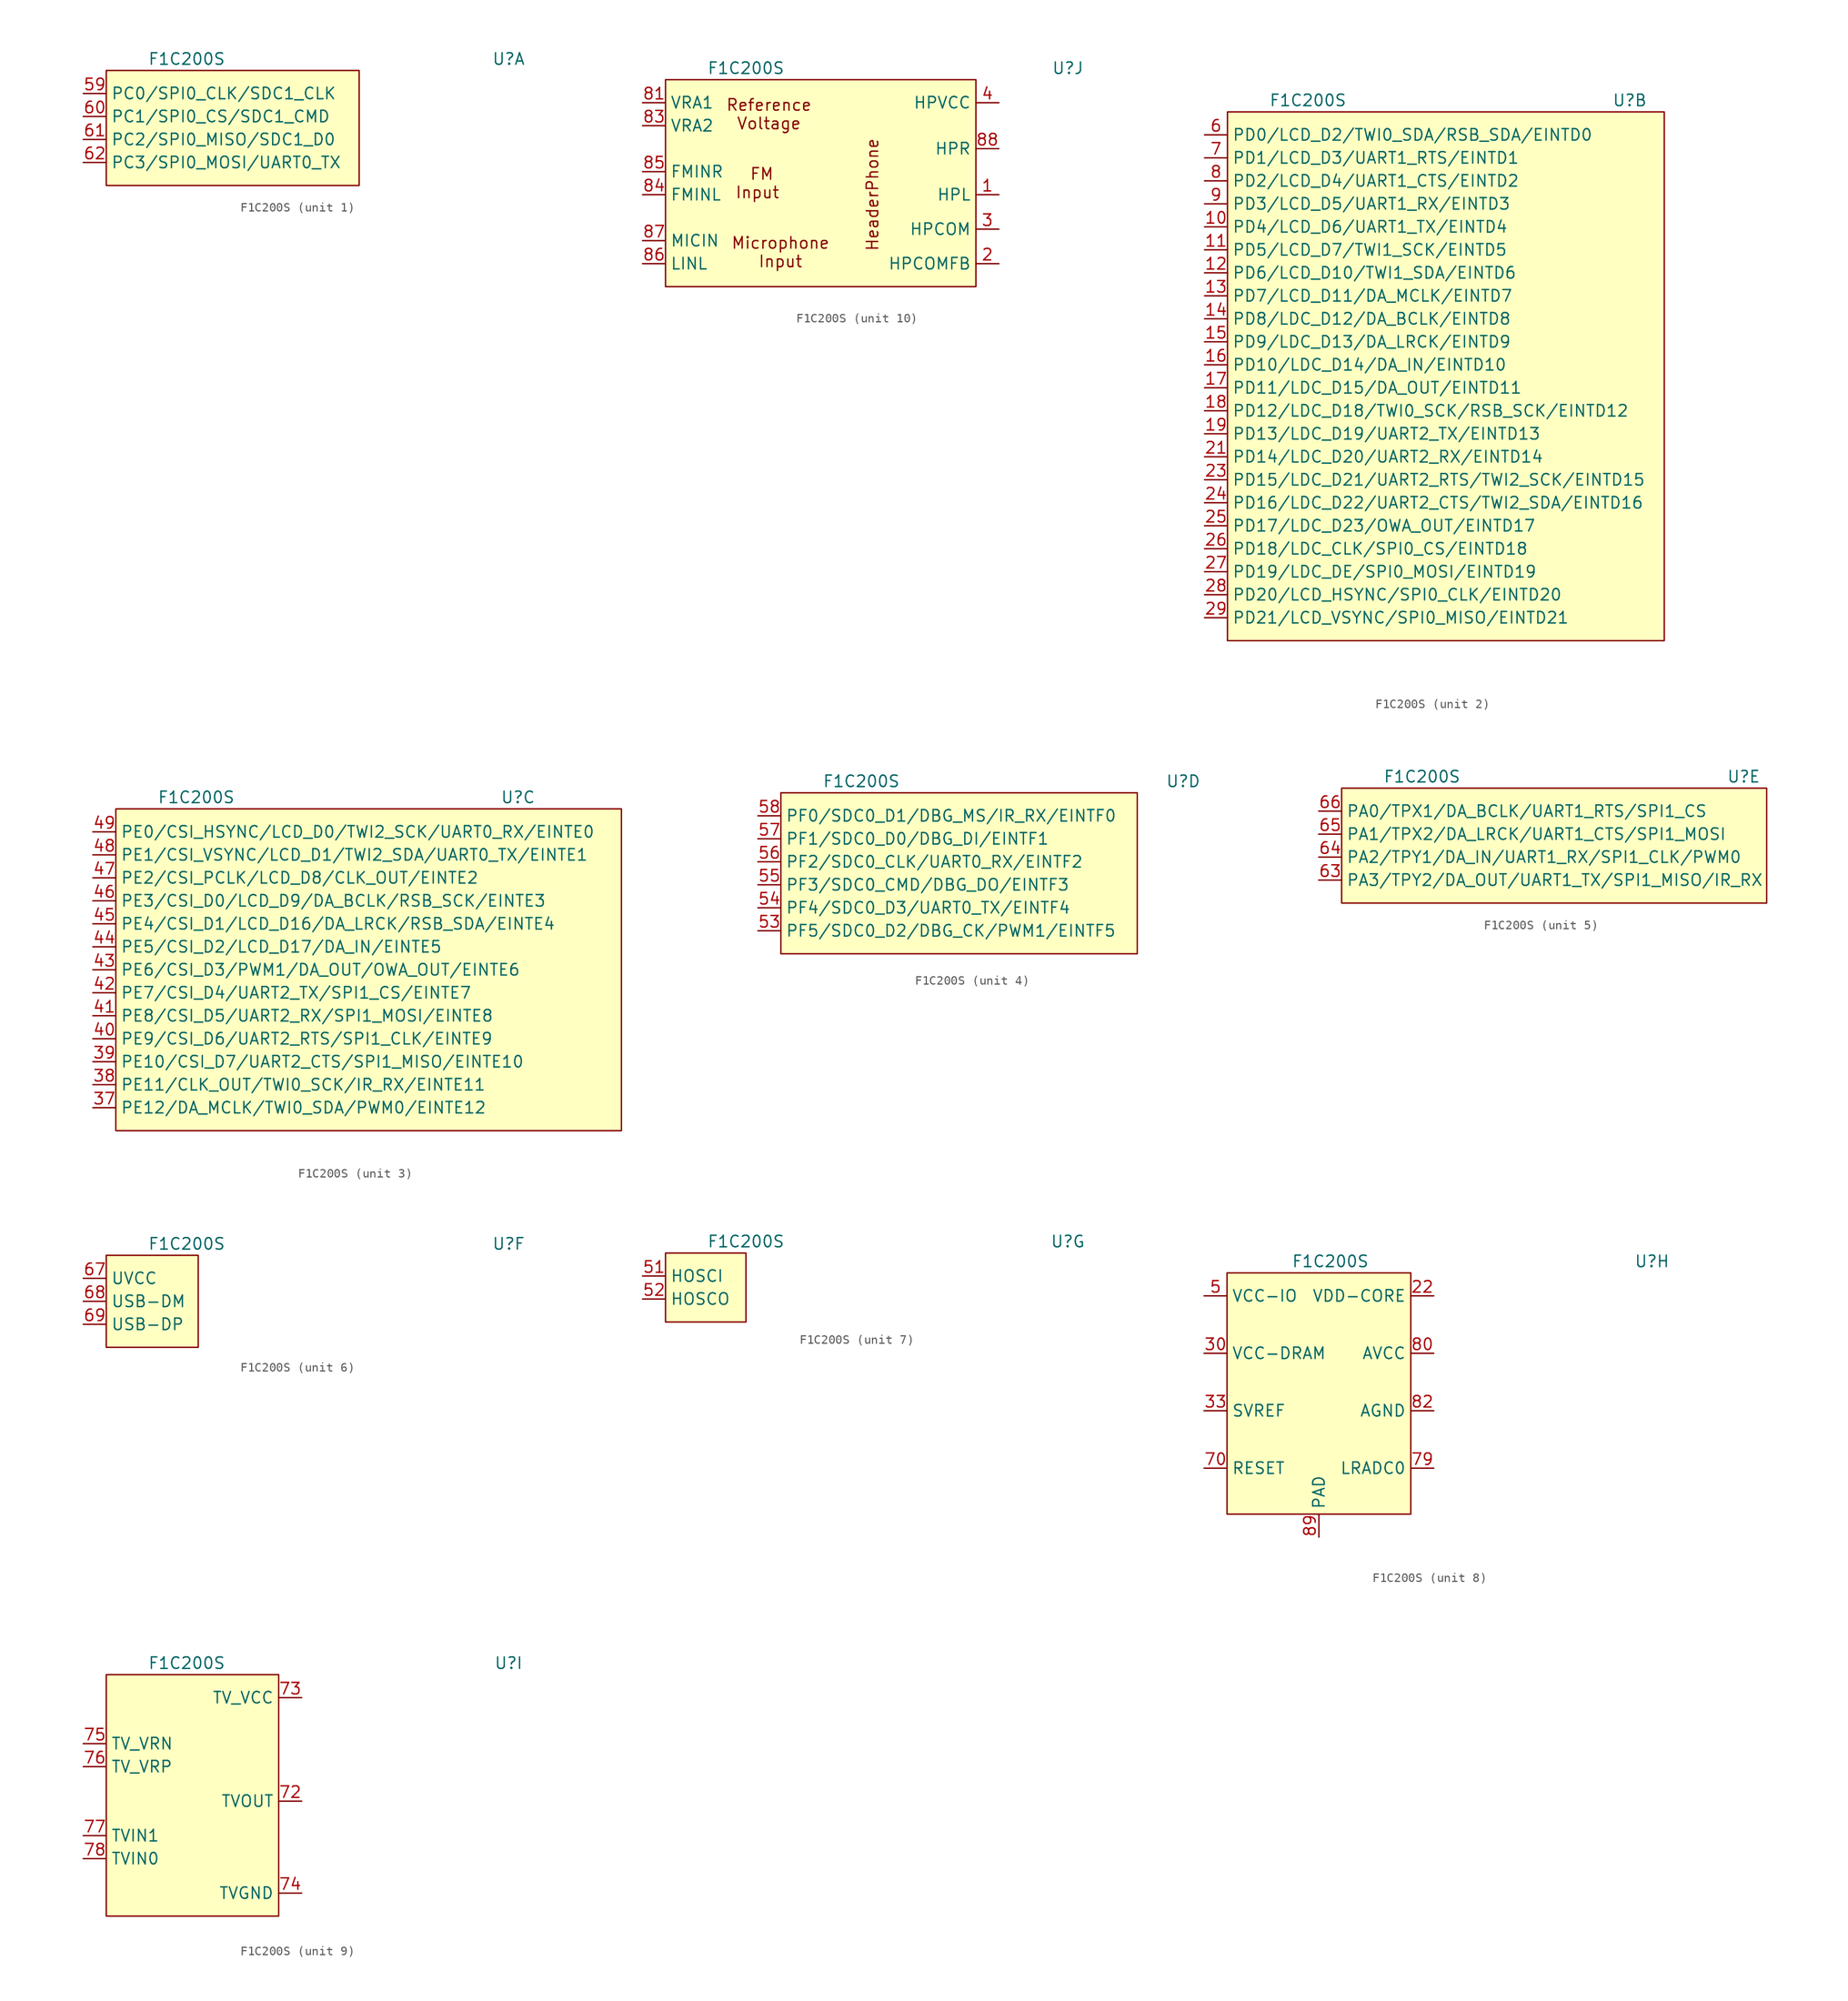
<source format=kicad_sym>
(kicad_symbol_lib
  (version 20220914)
  (generator kicad_symbol_editor)
  (symbol "F1C200S"
    (property "Reference" "U"
      (at 46.99 3.81 0)
      (effects (font (size 1.27 1.27))))
    (property "Value" "F1C200S"
      (at 11.43 3.81 0)
      (effects (font (size 1.27 1.27))))
    (symbol "F1C200S_1_0"
      (pin bidirectional line (at 0 0 0) (length 2.54) (name "PC0/SPI0_CLK/SDC1_CLK" (effects (font (size 1.27 1.27)))) (number "59" (effects (font (size 1.27 1.27)))))
      (pin bidirectional line (at 0 -2.54 0) (length 2.54) (name "PC1/SPI0_CS/SDC1_CMD" (effects (font (size 1.27 1.27)))) (number "60" (effects (font (size 1.27 1.27)))))
      (pin bidirectional line (at 0 -5.08 0) (length 2.54) (name "PC2/SPI0_MISO/SDC1_D0" (effects (font (size 1.27 1.27)))) (number "61" (effects (font (size 1.27 1.27)))))
      (pin bidirectional line (at 0 -7.62 0) (length 2.54) (name "PC3/SPI0_MOSI/UART0_TX" (effects (font (size 1.27 1.27)))) (number "62" (effects (font (size 1.27 1.27))))))
    (symbol "F1C200S_1_1"
      (rectangle (start 2.54 2.54) (end 30.48 -10.16) (stroke (width 0) (type default)) (fill (type background))))
    (symbol "F1C200S_2_0"
      (pin bidirectional line (at 0 -10.16 0) (length 2.54) (name "PD4/LCD_D6/UART1_TX/EINTD4" (effects (font (size 1.27 1.27)))) (number "10" (effects (font (size 1.27 1.27)))))
      (pin bidirectional line (at 0 -12.7 0) (length 2.54) (name "PD5/LCD_D7/TWI1_SCK/EINTD5" (effects (font (size 1.27 1.27)))) (number "11" (effects (font (size 1.27 1.27)))))
      (pin bidirectional line (at 0 -15.24 0) (length 2.54) (name "PD6/LCD_D10/TWI1_SDA/EINTD6" (effects (font (size 1.27 1.27)))) (number "12" (effects (font (size 1.27 1.27)))))
      (pin bidirectional line (at 0 -17.78 0) (length 2.54) (name "PD7/LCD_D11/DA_MCLK/EINTD7" (effects (font (size 1.27 1.27)))) (number "13" (effects (font (size 1.27 1.27)))))
      (pin bidirectional line (at 0 -20.32 0) (length 2.54) (name "PD8/LDC_D12/DA_BCLK/EINTD8" (effects (font (size 1.27 1.27)))) (number "14" (effects (font (size 1.27 1.27)))))
      (pin bidirectional line (at 0 -22.86 0) (length 2.54) (name "PD9/LDC_D13/DA_LRCK/EINTD9" (effects (font (size 1.27 1.27)))) (number "15" (effects (font (size 1.27 1.27)))))
      (pin bidirectional line (at 0 -25.4 0) (length 2.54) (name "PD10/LDC_D14/DA_IN/EINTD10" (effects (font (size 1.27 1.27)))) (number "16" (effects (font (size 1.27 1.27)))))
      (pin bidirectional line (at 0 -27.94 0) (length 2.54) (name "PD11/LDC_D15/DA_OUT/EINTD11" (effects (font (size 1.27 1.27)))) (number "17" (effects (font (size 1.27 1.27)))))
      (pin bidirectional line (at 0 -30.48 0) (length 2.54) (name "PD12/LDC_D18/TWI0_SCK/RSB_SCK/EINTD12" (effects (font (size 1.27 1.27)))) (number "18" (effects (font (size 1.27 1.27)))))
      (pin bidirectional line (at 0 -33.02 0) (length 2.54) (name "PD13/LDC_D19/UART2_TX/EINTD13" (effects (font (size 1.27 1.27)))) (number "19" (effects (font (size 1.27 1.27)))))
      (pin bidirectional line (at 0 -35.56 0) (length 2.54) (name "PD14/LDC_D20/UART2_RX/EINTD14" (effects (font (size 1.27 1.27)))) (number "21" (effects (font (size 1.27 1.27)))))
      (pin bidirectional line (at 0 -38.1 0) (length 2.54) (name "PD15/LDC_D21/UART2_RTS/TWI2_SCK/EINTD15" (effects (font (size 1.27 1.27)))) (number "23" (effects (font (size 1.27 1.27)))))
      (pin bidirectional line (at 0 -40.64 0) (length 2.54) (name "PD16/LDC_D22/UART2_CTS/TWI2_SDA/EINTD16" (effects (font (size 1.27 1.27)))) (number "24" (effects (font (size 1.27 1.27)))))
      (pin bidirectional line (at 0 -43.18 0) (length 2.54) (name "PD17/LDC_D23/OWA_OUT/EINTD17" (effects (font (size 1.27 1.27)))) (number "25" (effects (font (size 1.27 1.27)))))
      (pin bidirectional line (at 0 -45.72 0) (length 2.54) (name "PD18/LDC_CLK/SPI0_CS/EINTD18" (effects (font (size 1.27 1.27)))) (number "26" (effects (font (size 1.27 1.27)))))
      (pin bidirectional line (at 0 -48.26 0) (length 2.54) (name "PD19/LDC_DE/SPI0_MOSI/EINTD19" (effects (font (size 1.27 1.27)))) (number "27" (effects (font (size 1.27 1.27)))))
      (pin bidirectional line (at 0 -50.8 0) (length 2.54) (name "PD20/LCD_HSYNC/SPI0_CLK/EINTD20" (effects (font (size 1.27 1.27)))) (number "28" (effects (font (size 1.27 1.27)))))
      (pin bidirectional line (at 0 -53.34 0) (length 2.54) (name "PD21/LCD_VSYNC/SPI0_MISO/EINTD21" (effects (font (size 1.27 1.27)))) (number "29" (effects (font (size 1.27 1.27)))))
      (pin bidirectional line (at 0 0 0) (length 2.54) (name "PD0/LCD_D2/TWI0_SDA/RSB_SDA/EINTD0" (effects (font (size 1.27 1.27)))) (number "6" (effects (font (size 1.27 1.27)))))
      (pin bidirectional line (at 0 -2.54 0) (length 2.54) (name "PD1/LCD_D3/UART1_RTS/EINTD1" (effects (font (size 1.27 1.27)))) (number "7" (effects (font (size 1.27 1.27)))))
      (pin bidirectional line (at 0 -5.08 0) (length 2.54) (name "PD2/LCD_D4/UART1_CTS/EINTD2" (effects (font (size 1.27 1.27)))) (number "8" (effects (font (size 1.27 1.27)))))
      (pin bidirectional line (at 0 -7.62 0) (length 2.54) (name "PD3/LCD_D5/UART1_RX/EINTD3" (effects (font (size 1.27 1.27)))) (number "9" (effects (font (size 1.27 1.27))))))
    (symbol "F1C200S_2_1"
      (rectangle (start 2.54 2.54) (end 50.8 -55.88) (stroke (width 0) (type default)) (fill (type background))))
    (symbol "F1C200S_3_0"
      (pin bidirectional line (at 0 -30.48 0) (length 2.54) (name "PE12/DA_MCLK/TWI0_SDA/PWM0/EINTE12" (effects (font (size 1.27 1.27)))) (number "37" (effects (font (size 1.27 1.27)))))
      (pin bidirectional line (at 0 -27.94 0) (length 2.54) (name "PE11/CLK_OUT/TWI0_SCK/IR_RX/EINTE11" (effects (font (size 1.27 1.27)))) (number "38" (effects (font (size 1.27 1.27)))))
      (pin bidirectional line (at 0 -25.4 0) (length 2.54) (name "PE10/CSI_D7/UART2_CTS/SPI1_MISO/EINTE10" (effects (font (size 1.27 1.27)))) (number "39" (effects (font (size 1.27 1.27)))))
      (pin bidirectional line (at 0 -22.86 0) (length 2.54) (name "PE9/CSI_D6/UART2_RTS/SPI1_CLK/EINTE9" (effects (font (size 1.27 1.27)))) (number "40" (effects (font (size 1.27 1.27)))))
      (pin bidirectional line (at 0 -20.32 0) (length 2.54) (name "PE8/CSI_D5/UART2_RX/SPI1_MOSI/EINTE8" (effects (font (size 1.27 1.27)))) (number "41" (effects (font (size 1.27 1.27)))))
      (pin bidirectional line (at 0 -17.78 0) (length 2.54) (name "PE7/CSI_D4/UART2_TX/SPI1_CS/EINTE7" (effects (font (size 1.27 1.27)))) (number "42" (effects (font (size 1.27 1.27)))))
      (pin bidirectional line (at 0 -15.24 0) (length 2.54) (name "PE6/CSI_D3/PWM1/DA_OUT/OWA_OUT/EINTE6" (effects (font (size 1.27 1.27)))) (number "43" (effects (font (size 1.27 1.27)))))
      (pin bidirectional line (at 0 -12.7 0) (length 2.54) (name "PE5/CSI_D2/LCD_D17/DA_IN/EINTE5" (effects (font (size 1.27 1.27)))) (number "44" (effects (font (size 1.27 1.27)))))
      (pin bidirectional line (at 0 -10.16 0) (length 2.54) (name "PE4/CSI_D1/LCD_D16/DA_LRCK/RSB_SDA/EINTE4" (effects (font (size 1.27 1.27)))) (number "45" (effects (font (size 1.27 1.27)))))
      (pin bidirectional line (at 0 -7.62 0) (length 2.54) (name "PE3/CSI_D0/LCD_D9/DA_BCLK/RSB_SCK/EINTE3" (effects (font (size 1.27 1.27)))) (number "46" (effects (font (size 1.27 1.27)))))
      (pin bidirectional line (at 0 -5.08 0) (length 2.54) (name "PE2/CSI_PCLK/LCD_D8/CLK_OUT/EINTE2" (effects (font (size 1.27 1.27)))) (number "47" (effects (font (size 1.27 1.27)))))
      (pin bidirectional line (at 0 -2.54 0) (length 2.54) (name "PE1/CSI_VSYNC/LCD_D1/TWI2_SDA/UART0_TX/EINTE1" (effects (font (size 1.27 1.27)))) (number "48" (effects (font (size 1.27 1.27)))))
      (pin bidirectional line (at 0 0 0) (length 2.54) (name "PE0/CSI_HSYNC/LCD_D0/TWI2_SCK/UART0_RX/EINTE0" (effects (font (size 1.27 1.27)))) (number "49" (effects (font (size 1.27 1.27))))))
    (symbol "F1C200S_3_1"
      (rectangle (start 2.54 2.54) (end 58.42 -33.02) (stroke (width 0) (type default)) (fill (type background))))
    (symbol "F1C200S_4_0"
      (pin bidirectional line (at 0 -12.7 0) (length 2.54) (name "PF5/SDC0_D2/DBG_CK/PWM1/EINTF5" (effects (font (size 1.27 1.27)))) (number "53" (effects (font (size 1.27 1.27)))))
      (pin bidirectional line (at 0 -10.16 0) (length 2.54) (name "PF4/SDC0_D3/UART0_TX/EINTF4" (effects (font (size 1.27 1.27)))) (number "54" (effects (font (size 1.27 1.27)))))
      (pin bidirectional line (at 0 -7.62 0) (length 2.54) (name "PF3/SDC0_CMD/DBG_DO/EINTF3" (effects (font (size 1.27 1.27)))) (number "55" (effects (font (size 1.27 1.27)))))
      (pin bidirectional line (at 0 -5.08 0) (length 2.54) (name "PF2/SDC0_CLK/UART0_RX/EINTF2" (effects (font (size 1.27 1.27)))) (number "56" (effects (font (size 1.27 1.27)))))
      (pin bidirectional line (at 0 -2.54 0) (length 2.54) (name "PF1/SDC0_D0/DBG_DI/EINTF1" (effects (font (size 1.27 1.27)))) (number "57" (effects (font (size 1.27 1.27)))))
      (pin bidirectional line (at 0 0 0) (length 2.54) (name "PF0/SDC0_D1/DBG_MS/IR_RX/EINTF0" (effects (font (size 1.27 1.27)))) (number "58" (effects (font (size 1.27 1.27))))))
    (symbol "F1C200S_4_1"
      (rectangle (start 2.54 2.54) (end 41.91 -15.24) (stroke (width 0) (type default)) (fill (type background))))
    (symbol "F1C200S_5_0"
      (pin bidirectional line (at 0 -7.62 0) (length 2.54) (name "PA3/TPY2/DA_OUT/UART1_TX/SPI1_MISO/IR_RX" (effects (font (size 1.27 1.27)))) (number "63" (effects (font (size 1.27 1.27)))))
      (pin bidirectional line (at 0 -5.08 0) (length 2.54) (name "PA2/TPY1/DA_IN/UART1_RX/SPI1_CLK/PWM0" (effects (font (size 1.27 1.27)))) (number "64" (effects (font (size 1.27 1.27)))))
      (pin bidirectional line (at 0 -2.54 0) (length 2.54) (name "PA1/TPX2/DA_LRCK/UART1_CTS/SPI1_MOSI" (effects (font (size 1.27 1.27)))) (number "65" (effects (font (size 1.27 1.27)))))
      (pin bidirectional line (at 0 0 0) (length 2.54) (name "PA0/TPX1/DA_BCLK/UART1_RTS/SPI1_CS" (effects (font (size 1.27 1.27)))) (number "66" (effects (font (size 1.27 1.27))))))
    (symbol "F1C200S_5_1"
      (rectangle (start 2.54 2.54) (end 49.53 -10.16) (stroke (width 0) (type default)) (fill (type background))))
    (symbol "F1C200S_6_0"
      (pin power_in line (at 0 0 0) (length 2.54) (name "UVCC" (effects (font (size 1.27 1.27)))) (number "67" (effects (font (size 1.27 1.27)))))
      (pin bidirectional line (at 0 -2.54 0) (length 2.54) (name "USB-DM" (effects (font (size 1.27 1.27)))) (number "68" (effects (font (size 1.27 1.27)))))
      (pin bidirectional line (at 0 -5.08 0) (length 2.54) (name "USB-DP" (effects (font (size 1.27 1.27)))) (number "69" (effects (font (size 1.27 1.27))))))
    (symbol "F1C200S_6_1"
      (rectangle (start 2.54 2.54) (end 12.7 -7.62) (stroke (width 0) (type default)) (fill (type background))))
    (symbol "F1C200S_7_0"
      (pin input line (at 0 0 0) (length 2.54) (name "HOSCI" (effects (font (size 1.27 1.27)))) (number "51" (effects (font (size 1.27 1.27)))))
      (pin output line (at 0 -2.54 0) (length 2.54) (name "HOSCO" (effects (font (size 1.27 1.27)))) (number "52" (effects (font (size 1.27 1.27))))))
    (symbol "F1C200S_7_1"
      (rectangle (start 2.54 2.54) (end 11.43 -5.08) (stroke (width 0) (type default)) (fill (type background))))
    (symbol "F1C200S_8_0"
      (pin power_in line (at -2.54 0 0) (length 2.54) hide (name "VCC-IO" (effects (font (size 1.27 1.27)))) (number "20" (effects (font (size 1.27 1.27)))))
      (pin power_in line (at 22.86 0 180) (length 2.54) (name "VDD-CORE" (effects (font (size 1.27 1.27)))) (number "22" (effects (font (size 1.27 1.27)))))
      (pin power_in line (at -2.54 -6.35 0) (length 2.54) (name "VCC-DRAM" (effects (font (size 1.27 1.27)))) (number "30" (effects (font (size 1.27 1.27)))))
      (pin power_in line (at -2.54 -6.35 0) (length 2.54) hide (name "VCC-DRAM" (effects (font (size 1.27 1.27)))) (number "31" (effects (font (size 1.27 1.27)))))
      (pin power_in line (at -2.54 -6.35 0) (length 2.54) hide (name "VCC-DRAM" (effects (font (size 1.27 1.27)))) (number "32" (effects (font (size 1.27 1.27)))))
      (pin input line (at -2.54 -12.7 0) (length 2.54) (name "SVREF" (effects (font (size 1.27 1.27)))) (number "33" (effects (font (size 1.27 1.27)))))
      (pin power_in line (at -2.54 -6.35 0) (length 2.54) hide (name "VCC-DRAM" (effects (font (size 1.27 1.27)))) (number "34" (effects (font (size 1.27 1.27)))))
      (pin power_in line (at 22.86 0 180) (length 2.54) hide (name "VDD-CORE" (effects (font (size 1.27 1.27)))) (number "35" (effects (font (size 1.27 1.27)))))
      (pin power_in line (at -2.54 -6.35 0) (length 2.54) hide (name "VCC-DRAM" (effects (font (size 1.27 1.27)))) (number "36" (effects (font (size 1.27 1.27)))))
      (pin power_in line (at -2.54 0 0) (length 2.54) (name "VCC-IO" (effects (font (size 1.27 1.27)))) (number "5" (effects (font (size 1.27 1.27)))))
      (pin power_in line (at -2.54 0 0) (length 2.54) hide (name "VCC-IO" (effects (font (size 1.27 1.27)))) (number "50" (effects (font (size 1.27 1.27)))))
      (pin input line (at -2.54 -19.05 0) (length 2.54) (name "RESET" (effects (font (size 1.27 1.27)))) (number "70" (effects (font (size 1.27 1.27)))))
      (pin power_in line (at 22.86 0 180) (length 2.54) hide (name "VDD-CORE" (effects (font (size 1.27 1.27)))) (number "71" (effects (font (size 1.27 1.27)))))
      (pin input line (at 22.86 -19.05 180) (length 2.54) (name "LRADC0" (effects (font (size 1.27 1.27)))) (number "79" (effects (font (size 1.27 1.27)))))
      (pin power_in line (at 22.86 -6.35 180) (length 2.54) (name "AVCC" (effects (font (size 1.27 1.27)))) (number "80" (effects (font (size 1.27 1.27)))))
      (pin power_in line (at 22.86 -12.7 180) (length 2.54) (name "AGND" (effects (font (size 1.27 1.27)))) (number "82" (effects (font (size 1.27 1.27)))))
      (pin power_in line (at 10.16 -26.67 90) (length 2.54) (name "PAD" (effects (font (size 1.27 1.27)))) (number "89" (effects (font (size 1.27 1.27))))))
    (symbol "F1C200S_8_1"
      (rectangle (start 0 2.54) (end 20.32 -24.13) (stroke (width 0) (type default)) (fill (type background))))
    (symbol "F1C200S_9_0"
      (pin output line (at 24.13 -11.43 180) (length 2.54) (name "TVOUT" (effects (font (size 1.27 1.27)))) (number "72" (effects (font (size 1.27 1.27)))))
      (pin power_in line (at 24.13 0 180) (length 2.54) (name "TV_VCC" (effects (font (size 1.27 1.27)))) (number "73" (effects (font (size 1.27 1.27)))))
      (pin power_in line (at 24.13 -21.59 180) (length 2.54) (name "TVGND" (effects (font (size 1.27 1.27)))) (number "74" (effects (font (size 1.27 1.27)))))
      (pin input line (at 0 -5.08 0) (length 2.54) (name "TV_VRN" (effects (font (size 1.27 1.27)))) (number "75" (effects (font (size 1.27 1.27)))))
      (pin input line (at 0 -7.62 0) (length 2.54) (name "TV_VRP" (effects (font (size 1.27 1.27)))) (number "76" (effects (font (size 1.27 1.27)))))
      (pin input line (at 0 -15.24 0) (length 2.54) (name "TVIN1" (effects (font (size 1.27 1.27)))) (number "77" (effects (font (size 1.27 1.27)))))
      (pin input line (at 0 -17.78 0) (length 2.54) (name "TVIN0" (effects (font (size 1.27 1.27)))) (number "78" (effects (font (size 1.27 1.27))))))
    (symbol "F1C200S_9_1"
      (rectangle (start 2.54 2.54) (end 21.59 -24.13) (stroke (width 0) (type default)) (fill (type background))))
    (symbol "F1C200S_10_0"
      (pin output line (at 39.37 -10.16 180) (length 2.54) (name "HPL" (effects (font (size 1.27 1.27)))) (number "1" (effects (font (size 1.27 1.27)))))
      (pin input line (at 39.37 -17.78 180) (length 2.54) (name "HPCOMFB" (effects (font (size 1.27 1.27)))) (number "2" (effects (font (size 1.27 1.27)))))
      (pin input line (at 39.37 -13.97 180) (length 2.54) (name "HPCOM" (effects (font (size 1.27 1.27)))) (number "3" (effects (font (size 1.27 1.27)))))
      (pin power_out line (at 39.37 0 180) (length 2.54) (name "HPVCC" (effects (font (size 1.27 1.27)))) (number "4" (effects (font (size 1.27 1.27)))))
      (pin input line (at 0 0 0) (length 2.54) (name "VRA1" (effects (font (size 1.27 1.27)))) (number "81" (effects (font (size 1.27 1.27)))))
      (pin input line (at 0 -2.54 0) (length 2.54) (name "VRA2" (effects (font (size 1.27 1.27)))) (number "83" (effects (font (size 1.27 1.27)))))
      (pin input line (at 0 -10.16 0) (length 2.54) (name "FMINL" (effects (font (size 1.27 1.27)))) (number "84" (effects (font (size 1.27 1.27)))))
      (pin input line (at 0 -7.62 0) (length 2.54) (name "FMINR" (effects (font (size 1.27 1.27)))) (number "85" (effects (font (size 1.27 1.27)))))
      (pin output line (at 0 -17.78 0) (length 2.54) (name "LINL" (effects (font (size 1.27 1.27)))) (number "86" (effects (font (size 1.27 1.27)))))
      (pin input line (at 0 -15.24 0) (length 2.54) (name "MICIN" (effects (font (size 1.27 1.27)))) (number "87" (effects (font (size 1.27 1.27)))))
      (pin input line (at 39.37 -5.08 180) (length 2.54) (name "HPR" (effects (font (size 1.27 1.27)))) (number "88" (effects (font (size 1.27 1.27))))))
    (symbol "F1C200S_10_1"
      (rectangle (start 2.54 2.54) (end 36.83 -20.32) (stroke (width 0) (type default)) (fill (type background)))
      (text " FM\nInput" (at 12.7 -8.89 0) (effects (font (size 1.27 1.27))))
      (text "HeaderPhone" (at 25.4 -10.16 900) (effects (font (size 1.27 1.27))))
      (text "Microphone\nInput" (at 15.24 -16.51 0) (effects (font (size 1.27 1.27))))
      (text "Reference\nVoltage" (at 13.97 -1.27 0) (effects (font (size 1.27 1.27)))))))
</source>
